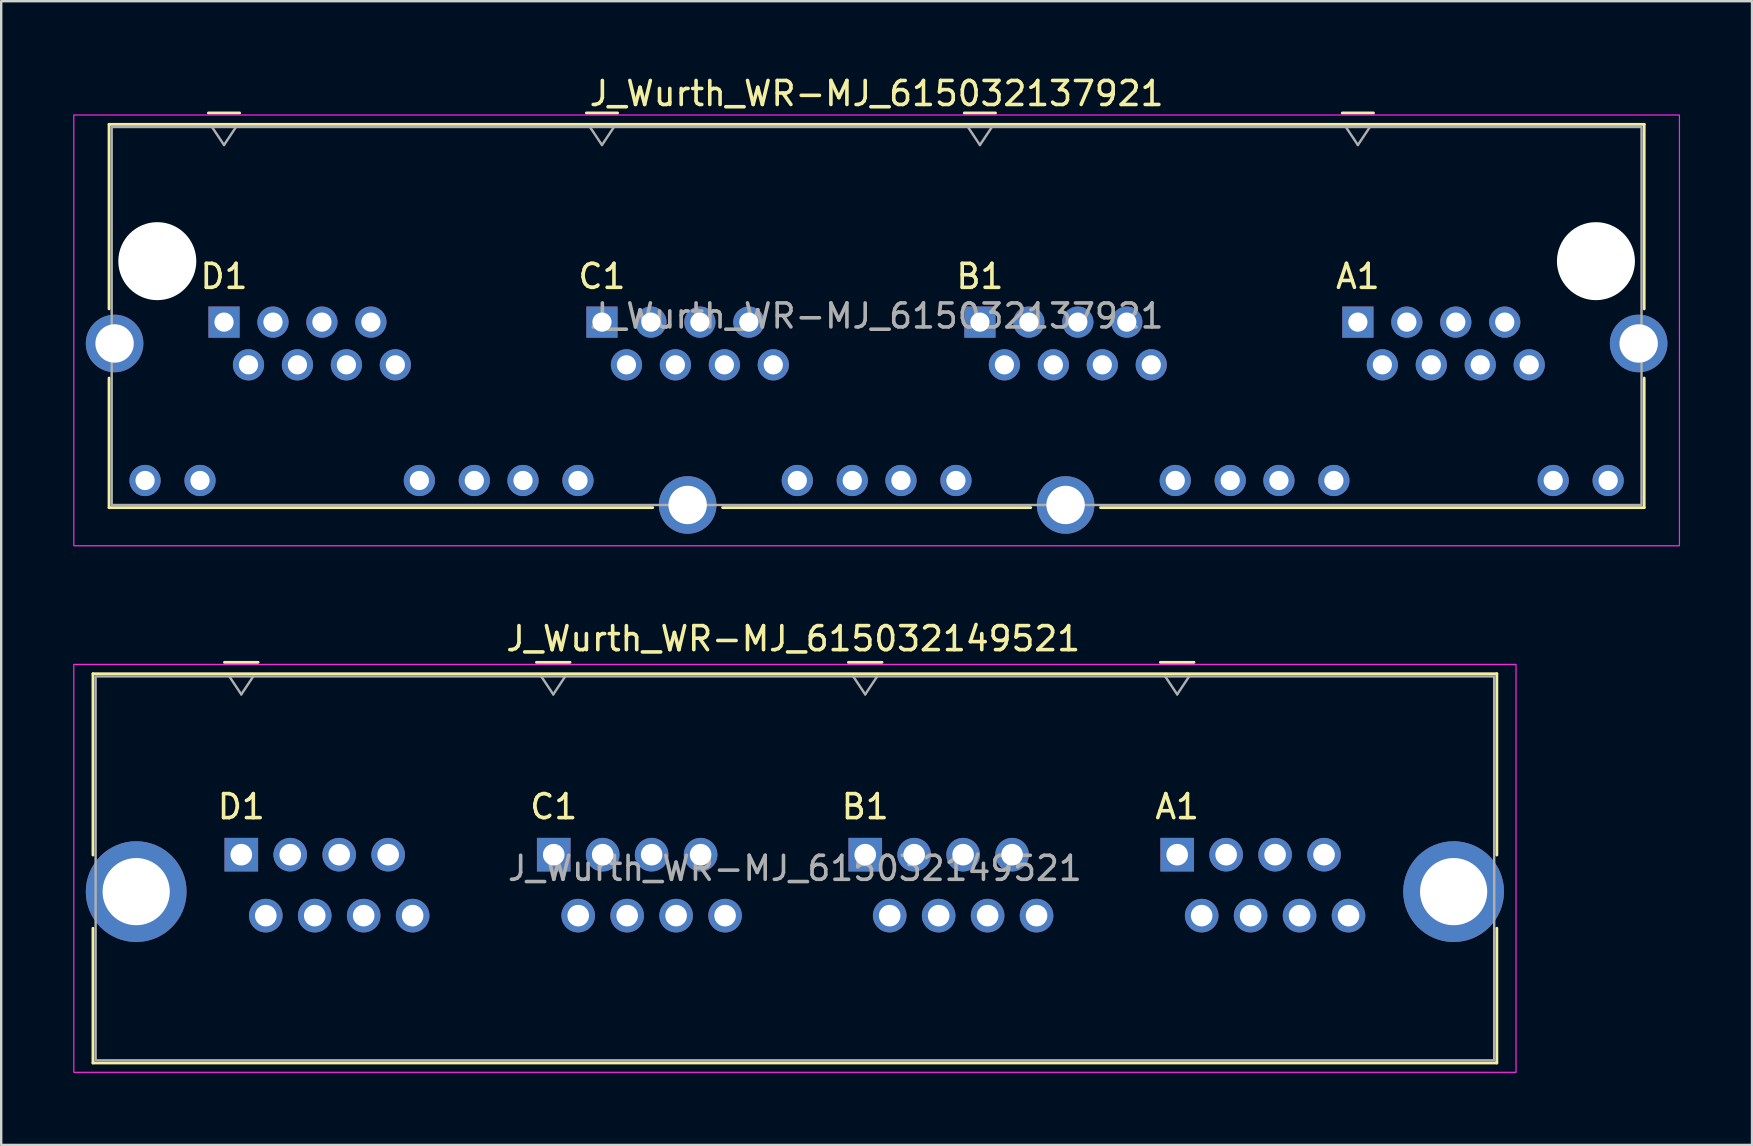
<source format=kicad_pcb>
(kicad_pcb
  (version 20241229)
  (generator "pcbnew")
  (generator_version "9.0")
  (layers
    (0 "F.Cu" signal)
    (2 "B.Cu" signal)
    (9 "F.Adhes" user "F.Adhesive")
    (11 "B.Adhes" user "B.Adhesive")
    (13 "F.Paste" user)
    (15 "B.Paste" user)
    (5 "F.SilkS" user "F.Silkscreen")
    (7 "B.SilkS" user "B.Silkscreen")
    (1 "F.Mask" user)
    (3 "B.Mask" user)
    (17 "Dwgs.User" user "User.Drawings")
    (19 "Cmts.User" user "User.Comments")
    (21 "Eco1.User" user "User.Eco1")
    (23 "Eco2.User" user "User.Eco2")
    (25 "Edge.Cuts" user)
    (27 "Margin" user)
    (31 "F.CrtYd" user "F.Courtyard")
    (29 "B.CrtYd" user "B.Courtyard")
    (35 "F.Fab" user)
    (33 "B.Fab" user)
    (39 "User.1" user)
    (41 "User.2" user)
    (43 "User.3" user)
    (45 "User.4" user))
  (footprint "J_Wurth_WR-MJ_615032137921"
    (layer "F.Cu")
    (at 53.535 10.373)
    (property "Reference" "J_Wurth_WR-MJ_615032137921" (at -20.055 -9.525 0) (unlocked yes) (layer "F.SilkS") (effects (font (size 1 1) (thickness 0.15))))
    (attr through_hole)
    (fp_line (start -52.04 -8.24) (end 11.93 -8.24) (stroke (width 0.12) (type solid)) (layer "F.SilkS"))
    (fp_line (start -52.04 -0.552) (end -52.04 -8.24) (stroke (width 0.12) (type solid)) (layer "F.SilkS"))
    (fp_line (start -52.04 2.332) (end -52.04 7.73) (stroke (width 0.12) (type solid)) (layer "F.SilkS"))
    (fp_line (start -46.6 -8.715) (end -47.9 -8.715) (stroke (width 0.12) (type solid)) (layer "F.SilkS"))
    (fp_line (start -30.85 -8.715) (end -32.15 -8.715) (stroke (width 0.12) (type solid)) (layer "F.SilkS"))
    (fp_line (start -29.386 7.73) (end -52.04 7.73) (stroke (width 0.12) (type solid)) (layer "F.SilkS"))
    (fp_line (start -15.1 -8.715) (end -16.4 -8.715) (stroke (width 0.12) (type solid)) (layer "F.SilkS"))
    (fp_line (start -13.636 7.73) (end -26.474 7.73) (stroke (width 0.12) (type solid)) (layer "F.SilkS"))
    (fp_line (start -10.724 7.73) (end 11.93 7.73) (stroke (width 0.12) (type solid)) (layer "F.SilkS"))
    (fp_line (start 0.65 -8.715) (end -0.65 -8.715) (stroke (width 0.12) (type solid)) (layer "F.SilkS"))
    (fp_line (start 11.93 -0.552) (end 11.93 -8.24) (stroke (width 0.12) (type solid)) (layer "F.SilkS"))
    (fp_line (start 11.93 2.332) (end 11.93 7.73) (stroke (width 0.12) (type solid)) (layer "F.SilkS"))
    (fp_rect (start -53.51 -8.63) (end 13.4 9.32) (stroke (width 0.05) (type solid)) (fill no) (layer "F.CrtYd"))
    (fp_line (start -47.25 -7.38) (end -47.75 -8.13) (stroke (width 0.1) (type solid)) (layer "F.Fab"))
    (fp_line (start -47.25 -7.38) (end -46.75 -8.13) (stroke (width 0.1) (type solid)) (layer "F.Fab"))
    (fp_line (start -31.5 -7.38) (end -32 -8.13) (stroke (width 0.1) (type solid)) (layer "F.Fab"))
    (fp_line (start -31.5 -7.38) (end -31 -8.13) (stroke (width 0.1) (type solid)) (layer "F.Fab"))
    (fp_line (start -15.75 -7.38) (end -16.25 -8.13) (stroke (width 0.1) (type solid)) (layer "F.Fab"))
    (fp_line (start -15.75 -7.38) (end -15.25 -8.13) (stroke (width 0.1) (type solid)) (layer "F.Fab"))
    (fp_line (start 0 -7.38) (end -0.5 -8.13) (stroke (width 0.1) (type solid)) (layer "F.Fab"))
    (fp_line (start 0 -7.38) (end 0.5 -8.13) (stroke (width 0.1) (type solid)) (layer "F.Fab"))
    (fp_rect (start -51.93 -8.13) (end 11.82 7.62) (stroke (width 0.1) (type solid)) (fill no) (layer "F.Fab"))
    (fp_text user "D1" (at -47.25 -1.905 0) (unlocked yes) (layer "F.SilkS") (effects (font (size 1 1) (thickness 0.15))))
    (fp_text user "C1" (at -31.5 -1.905 0) (unlocked yes) (layer "F.SilkS") (effects (font (size 1 1) (thickness 0.15))))
    (fp_text user "B1" (at -15.75 -1.905 0) (unlocked yes) (layer "F.SilkS") (effects (font (size 1 1) (thickness 0.15))))
    (fp_text user "A1" (at 0 -1.905 0) (unlocked yes) (layer "F.SilkS") (effects (font (size 1 1) (thickness 0.15))))
    (fp_text user "${REFERENCE}" (at -20.055 -0.255 0) (unlocked yes) (layer "F.Fab") (effects (font (size 1 1) (thickness 0.15))))
    (pad "" np_thru_hole circle (at -50.03 -2.54 180) (size 3.25 3.25) (drill 3.25) (layers "*.Cu" "*.Mask"))
    (pad "" np_thru_hole circle (at 9.92 -2.54 180) (size 3.25 3.25) (drill 3.25) (layers "*.Cu" "*.Mask"))
    (pad "A1" thru_hole rect (at 0 0 180) (size 1.3 1.3) (drill 0.8) (layers "*.Cu" "*.Mask"))
    (pad "A2" thru_hole circle (at 1.02 1.78 180) (size 1.3 1.3) (drill 0.8) (layers "*.Cu" "*.Mask"))
    (pad "A3" thru_hole circle (at 2.04 0 180) (size 1.3 1.3) (drill 0.8) (layers "*.Cu" "*.Mask"))
    (pad "A4" thru_hole circle (at 3.06 1.78 180) (size 1.3 1.3) (drill 0.8) (layers "*.Cu" "*.Mask"))
    (pad "A5" thru_hole circle (at 4.08 0 180) (size 1.3 1.3) (drill 0.8) (layers "*.Cu" "*.Mask"))
    (pad "A6" thru_hole circle (at 5.1 1.78 180) (size 1.3 1.3) (drill 0.8) (layers "*.Cu" "*.Mask"))
    (pad "A7" thru_hole circle (at 6.12 0 180) (size 1.3 1.3) (drill 0.8) (layers "*.Cu" "*.Mask"))
    (pad "A8" thru_hole circle (at 7.14 1.78 180) (size 1.3 1.3) (drill 0.8) (layers "*.Cu" "*.Mask"))
    (pad "A9" thru_hole circle (at -3.29 6.6 180) (size 1.3 1.3) (drill 0.8) (layers "*.Cu" "*.Mask"))
    (pad "A10" thru_hole circle (at -1 6.6 180) (size 1.3 1.3) (drill 0.8) (layers "*.Cu" "*.Mask"))
    (pad "A11" thru_hole circle (at 8.14 6.6 180) (size 1.3 1.3) (drill 0.8) (layers "*.Cu" "*.Mask"))
    (pad "A12" thru_hole circle (at 10.43 6.6 180) (size 1.3 1.3) (drill 0.8) (layers "*.Cu" "*.Mask"))
    (pad "B1" thru_hole rect (at -15.75 0 180) (size 1.3 1.3) (drill 0.8) (layers "*.Cu" "*.Mask"))
    (pad "B2" thru_hole circle (at -14.73 1.78 180) (size 1.3 1.3) (drill 0.8) (layers "*.Cu" "*.Mask"))
    (pad "B3" thru_hole circle (at -13.71 0 180) (size 1.3 1.3) (drill 0.8) (layers "*.Cu" "*.Mask"))
    (pad "B4" thru_hole circle (at -12.69 1.78 180) (size 1.3 1.3) (drill 0.8) (layers "*.Cu" "*.Mask"))
    (pad "B5" thru_hole circle (at -11.67 0 180) (size 1.3 1.3) (drill 0.8) (layers "*.Cu" "*.Mask"))
    (pad "B6" thru_hole circle (at -10.65 1.78 180) (size 1.3 1.3) (drill 0.8) (layers "*.Cu" "*.Mask"))
    (pad "B7" thru_hole circle (at -9.63 0 180) (size 1.3 1.3) (drill 0.8) (layers "*.Cu" "*.Mask"))
    (pad "B8" thru_hole circle (at -8.61 1.78 180) (size 1.3 1.3) (drill 0.8) (layers "*.Cu" "*.Mask"))
    (pad "B9" thru_hole circle (at -19.04 6.6 180) (size 1.3 1.3) (drill 0.8) (layers "*.Cu" "*.Mask"))
    (pad "B10" thru_hole circle (at -16.75 6.6 180) (size 1.3 1.3) (drill 0.8) (layers "*.Cu" "*.Mask"))
    (pad "B11" thru_hole circle (at -7.61 6.6 180) (size 1.3 1.3) (drill 0.8) (layers "*.Cu" "*.Mask"))
    (pad "B12" thru_hole circle (at -5.32 6.6 180) (size 1.3 1.3) (drill 0.8) (layers "*.Cu" "*.Mask"))
    (pad "C1" thru_hole rect (at -31.5 0 180) (size 1.3 1.3) (drill 0.8) (layers "*.Cu" "*.Mask"))
    (pad "C2" thru_hole circle (at -30.48 1.78 180) (size 1.3 1.3) (drill 0.8) (layers "*.Cu" "*.Mask"))
    (pad "C3" thru_hole circle (at -29.46 0 180) (size 1.3 1.3) (drill 0.8) (layers "*.Cu" "*.Mask"))
    (pad "C4" thru_hole circle (at -28.44 1.78 180) (size 1.3 1.3) (drill 0.8) (layers "*.Cu" "*.Mask"))
    (pad "C5" thru_hole circle (at -27.42 0 180) (size 1.3 1.3) (drill 0.8) (layers "*.Cu" "*.Mask"))
    (pad "C6" thru_hole circle (at -26.4 1.78 180) (size 1.3 1.3) (drill 0.8) (layers "*.Cu" "*.Mask"))
    (pad "C7" thru_hole circle (at -25.38 0 180) (size 1.3 1.3) (drill 0.8) (layers "*.Cu" "*.Mask"))
    (pad "C8" thru_hole circle (at -24.36 1.78 180) (size 1.3 1.3) (drill 0.8) (layers "*.Cu" "*.Mask"))
    (pad "C9" thru_hole circle (at -34.79 6.6 180) (size 1.3 1.3) (drill 0.8) (layers "*.Cu" "*.Mask"))
    (pad "C10" thru_hole circle (at -32.5 6.6 180) (size 1.3 1.3) (drill 0.8) (layers "*.Cu" "*.Mask"))
    (pad "C11" thru_hole circle (at -23.36 6.6 180) (size 1.3 1.3) (drill 0.8) (layers "*.Cu" "*.Mask"))
    (pad "C12" thru_hole circle (at -21.07 6.6 180) (size 1.3 1.3) (drill 0.8) (layers "*.Cu" "*.Mask"))
    (pad "D1" thru_hole rect (at -47.25 0 180) (size 1.3 1.3) (drill 0.8) (layers "*.Cu" "*.Mask"))
    (pad "D2" thru_hole circle (at -46.23 1.78 180) (size 1.3 1.3) (drill 0.8) (layers "*.Cu" "*.Mask"))
    (pad "D3" thru_hole circle (at -45.21 0 180) (size 1.3 1.3) (drill 0.8) (layers "*.Cu" "*.Mask"))
    (pad "D4" thru_hole circle (at -44.19 1.78 180) (size 1.3 1.3) (drill 0.8) (layers "*.Cu" "*.Mask"))
    (pad "D5" thru_hole circle (at -43.17 0 180) (size 1.3 1.3) (drill 0.8) (layers "*.Cu" "*.Mask"))
    (pad "D6" thru_hole circle (at -42.15 1.78 180) (size 1.3 1.3) (drill 0.8) (layers "*.Cu" "*.Mask"))
    (pad "D7" thru_hole circle (at -41.13 0 180) (size 1.3 1.3) (drill 0.8) (layers "*.Cu" "*.Mask"))
    (pad "D8" thru_hole circle (at -40.11 1.78 180) (size 1.3 1.3) (drill 0.8) (layers "*.Cu" "*.Mask"))
    (pad "D9" thru_hole circle (at -50.54 6.6 180) (size 1.3 1.3) (drill 0.8) (layers "*.Cu" "*.Mask"))
    (pad "D10" thru_hole circle (at -48.25 6.6 180) (size 1.3 1.3) (drill 0.8) (layers "*.Cu" "*.Mask"))
    (pad "D11" thru_hole circle (at -39.11 6.6 180) (size 1.3 1.3) (drill 0.8) (layers "*.Cu" "*.Mask"))
    (pad "D12" thru_hole circle (at -36.82 6.6 180) (size 1.3 1.3) (drill 0.8) (layers "*.Cu" "*.Mask"))
    (pad "S1" thru_hole circle (at 11.7 0.89 180) (size 2.4 2.4) (drill 1.6) (layers "*.Cu" "*.Mask"))
    (pad "S2" thru_hole circle (at -12.18 7.62 180) (size 2.4 2.4) (drill 1.6) (layers "*.Cu" "*.Mask"))
    (pad "S3" thru_hole circle (at -27.93 7.62 180) (size 2.4 2.4) (drill 1.6) (layers "*.Cu" "*.Mask"))
    (pad "S4" thru_hole circle (at -51.81 0.89 180) (size 2.4 2.4) (drill 1.6) (layers "*.Cu" "*.Mask")))
  (footprint "J_Wurth_WR-MJ_615032149521"
    (layer "F.Cu")
    (at 46.005 32.566)
    (property "Reference" "J_Wurth_WR-MJ_615032149521" (at -16 -9 0) (unlocked yes) (layer "F.SilkS") (effects (font (size 1 1) (thickness 0.15))))
    (attr through_hole)
    (fp_line (start -45.18 -7.54) (end 13.32 -7.54) (stroke (width 0.12) (type solid)) (layer "F.SilkS"))
    (fp_line (start -45.18 0.014) (end -45.18 -7.54) (stroke (width 0.12) (type solid)) (layer "F.SilkS"))
    (fp_line (start -45.18 3.066) (end -45.18 8.68) (stroke (width 0.12) (type solid)) (layer "F.SilkS"))
    (fp_line (start -45.18 8.68) (end 13.32 8.68) (stroke (width 0.12) (type solid)) (layer "F.SilkS"))
    (fp_line (start -38.3 -8.015) (end -39.7 -8.015) (stroke (width 0.12) (type solid)) (layer "F.SilkS"))
    (fp_line (start -25.3 -8.015) (end -26.7 -8.015) (stroke (width 0.12) (type solid)) (layer "F.SilkS"))
    (fp_line (start -12.3 -8.015) (end -13.7 -8.015) (stroke (width 0.12) (type solid)) (layer "F.SilkS"))
    (fp_line (start 0.7 -8.015) (end -0.7 -8.015) (stroke (width 0.12) (type solid)) (layer "F.SilkS"))
    (fp_line (start 13.32 0.014) (end 13.32 -7.54) (stroke (width 0.12) (type solid)) (layer "F.SilkS"))
    (fp_line (start 13.32 3.066) (end 13.32 8.68) (stroke (width 0.12) (type solid)) (layer "F.SilkS"))
    (fp_rect (start -45.98 -7.93) (end 14.12 9.07) (stroke (width 0.05) (type solid)) (fill no) (layer "F.CrtYd"))
    (fp_line (start -39 -6.68) (end -39.5 -7.43) (stroke (width 0.1) (type solid)) (layer "F.Fab"))
    (fp_line (start -39 -6.68) (end -38.5 -7.43) (stroke (width 0.1) (type solid)) (layer "F.Fab"))
    (fp_line (start -26 -6.68) (end -26.5 -7.43) (stroke (width 0.1) (type solid)) (layer "F.Fab"))
    (fp_line (start -26 -6.68) (end -25.5 -7.43) (stroke (width 0.1) (type solid)) (layer "F.Fab"))
    (fp_line (start -13 -6.68) (end -13.5 -7.43) (stroke (width 0.1) (type solid)) (layer "F.Fab"))
    (fp_line (start -13 -6.68) (end -12.5 -7.43) (stroke (width 0.1) (type solid)) (layer "F.Fab"))
    (fp_line (start 0 -6.68) (end -0.5 -7.43) (stroke (width 0.1) (type solid)) (layer "F.Fab"))
    (fp_line (start 0 -6.68) (end 0.5 -7.43) (stroke (width 0.1) (type solid)) (layer "F.Fab"))
    (fp_rect (start -45.07 -7.43) (end 13.21 8.57) (stroke (width 0.1) (type solid)) (fill no) (layer "F.Fab"))
    (fp_text user "B1" (at -13 -2 0) (unlocked yes) (layer "F.SilkS") (effects (font (size 1 1) (thickness 0.15))))
    (fp_text user "C1" (at -25.98 -2 0) (unlocked yes) (layer "F.SilkS") (effects (font (size 1 1) (thickness 0.15))))
    (fp_text user "D1" (at -39 -2 0) (unlocked yes) (layer "F.SilkS") (effects (font (size 1 1) (thickness 0.15))))
    (fp_text user "A1" (at 0 -2 0) (unlocked yes) (layer "F.SilkS") (effects (font (size 1 1) (thickness 0.15))))
    (fp_text user "${REFERENCE}" (at -15.93 0.57 0) (unlocked yes) (layer "F.Fab") (effects (font (size 1 1) (thickness 0.15))))
    (pad "A1" thru_hole rect (at 0 0 180) (size 1.4 1.4) (drill 0.9) (layers "*.Cu" "*.Mask"))
    (pad "A2" thru_hole circle (at 1.02 2.54 180) (size 1.4 1.4) (drill 0.9) (layers "*.Cu" "*.Mask"))
    (pad "A3" thru_hole circle (at 2.04 0 180) (size 1.4 1.4) (drill 0.9) (layers "*.Cu" "*.Mask"))
    (pad "A4" thru_hole circle (at 3.06 2.54 180) (size 1.4 1.4) (drill 0.9) (layers "*.Cu" "*.Mask"))
    (pad "A5" thru_hole circle (at 4.08 0 180) (size 1.4 1.4) (drill 0.9) (layers "*.Cu" "*.Mask"))
    (pad "A6" thru_hole circle (at 5.1 2.54 180) (size 1.4 1.4) (drill 0.9) (layers "*.Cu" "*.Mask"))
    (pad "A7" thru_hole circle (at 6.12 0 180) (size 1.4 1.4) (drill 0.9) (layers "*.Cu" "*.Mask"))
    (pad "A8" thru_hole circle (at 7.14 2.54 180) (size 1.4 1.4) (drill 0.9) (layers "*.Cu" "*.Mask"))
    (pad "B1" thru_hole rect (at -13 0 180) (size 1.4 1.4) (drill 0.9) (layers "*.Cu" "*.Mask"))
    (pad "B2" thru_hole circle (at -11.98 2.54 180) (size 1.4 1.4) (drill 0.9) (layers "*.Cu" "*.Mask"))
    (pad "B3" thru_hole circle (at -10.96 0 180) (size 1.4 1.4) (drill 0.9) (layers "*.Cu" "*.Mask"))
    (pad "B4" thru_hole circle (at -9.94 2.54 180) (size 1.4 1.4) (drill 0.9) (layers "*.Cu" "*.Mask"))
    (pad "B5" thru_hole circle (at -8.92 0 180) (size 1.4 1.4) (drill 0.9) (layers "*.Cu" "*.Mask"))
    (pad "B6" thru_hole circle (at -7.9 2.54 180) (size 1.4 1.4) (drill 0.9) (layers "*.Cu" "*.Mask"))
    (pad "B7" thru_hole circle (at -6.88 0 180) (size 1.4 1.4) (drill 0.9) (layers "*.Cu" "*.Mask"))
    (pad "B8" thru_hole circle (at -5.86 2.54 180) (size 1.4 1.4) (drill 0.9) (layers "*.Cu" "*.Mask"))
    (pad "C1" thru_hole rect (at -25.98 0 180) (size 1.4 1.4) (drill 0.9) (layers "*.Cu" "*.Mask"))
    (pad "C2" thru_hole circle (at -24.96 2.54 180) (size 1.4 1.4) (drill 0.9) (layers "*.Cu" "*.Mask"))
    (pad "C3" thru_hole circle (at -23.94 0 180) (size 1.4 1.4) (drill 0.9) (layers "*.Cu" "*.Mask"))
    (pad "C4" thru_hole circle (at -22.92 2.54 180) (size 1.4 1.4) (drill 0.9) (layers "*.Cu" "*.Mask"))
    (pad "C5" thru_hole circle (at -21.9 0 180) (size 1.4 1.4) (drill 0.9) (layers "*.Cu" "*.Mask"))
    (pad "C6" thru_hole circle (at -20.88 2.54 180) (size 1.4 1.4) (drill 0.9) (layers "*.Cu" "*.Mask"))
    (pad "C7" thru_hole circle (at -19.86 0 180) (size 1.4 1.4) (drill 0.9) (layers "*.Cu" "*.Mask"))
    (pad "C8" thru_hole circle (at -18.84 2.54 180) (size 1.4 1.4) (drill 0.9) (layers "*.Cu" "*.Mask"))
    (pad "D1" thru_hole rect (at -39 0 180) (size 1.4 1.4) (drill 0.9) (layers "*.Cu" "*.Mask"))
    (pad "D2" thru_hole circle (at -37.98 2.54 180) (size 1.4 1.4) (drill 0.9) (layers "*.Cu" "*.Mask"))
    (pad "D3" thru_hole circle (at -36.96 0 180) (size 1.4 1.4) (drill 0.9) (layers "*.Cu" "*.Mask"))
    (pad "D4" thru_hole circle (at -35.94 2.54 180) (size 1.4 1.4) (drill 0.9) (layers "*.Cu" "*.Mask"))
    (pad "D5" thru_hole circle (at -34.92 0 180) (size 1.4 1.4) (drill 0.9) (layers "*.Cu" "*.Mask"))
    (pad "D6" thru_hole circle (at -33.9 2.54 180) (size 1.4 1.4) (drill 0.9) (layers "*.Cu" "*.Mask"))
    (pad "D7" thru_hole circle (at -32.88 0 180) (size 1.4 1.4) (drill 0.9) (layers "*.Cu" "*.Mask"))
    (pad "D8" thru_hole circle (at -31.86 2.54 180) (size 1.4 1.4) (drill 0.9) (layers "*.Cu" "*.Mask"))
    (pad "S1" thru_hole circle (at 11.52 1.54 180) (size 4.2 4.2) (drill 2.8) (layers "*.Cu" "*.Mask"))
    (pad "S2" thru_hole circle (at -43.38 1.54 180) (size 4.2 4.2) (drill 2.8) (layers "*.Cu" "*.Mask")))
  (gr_rect
    (start -3 -3)
    (end 69.96 44.661)
    (stroke (width 0.1) (type default))
    (fill no)
    (layer "Edge.Cuts")))
</source>
